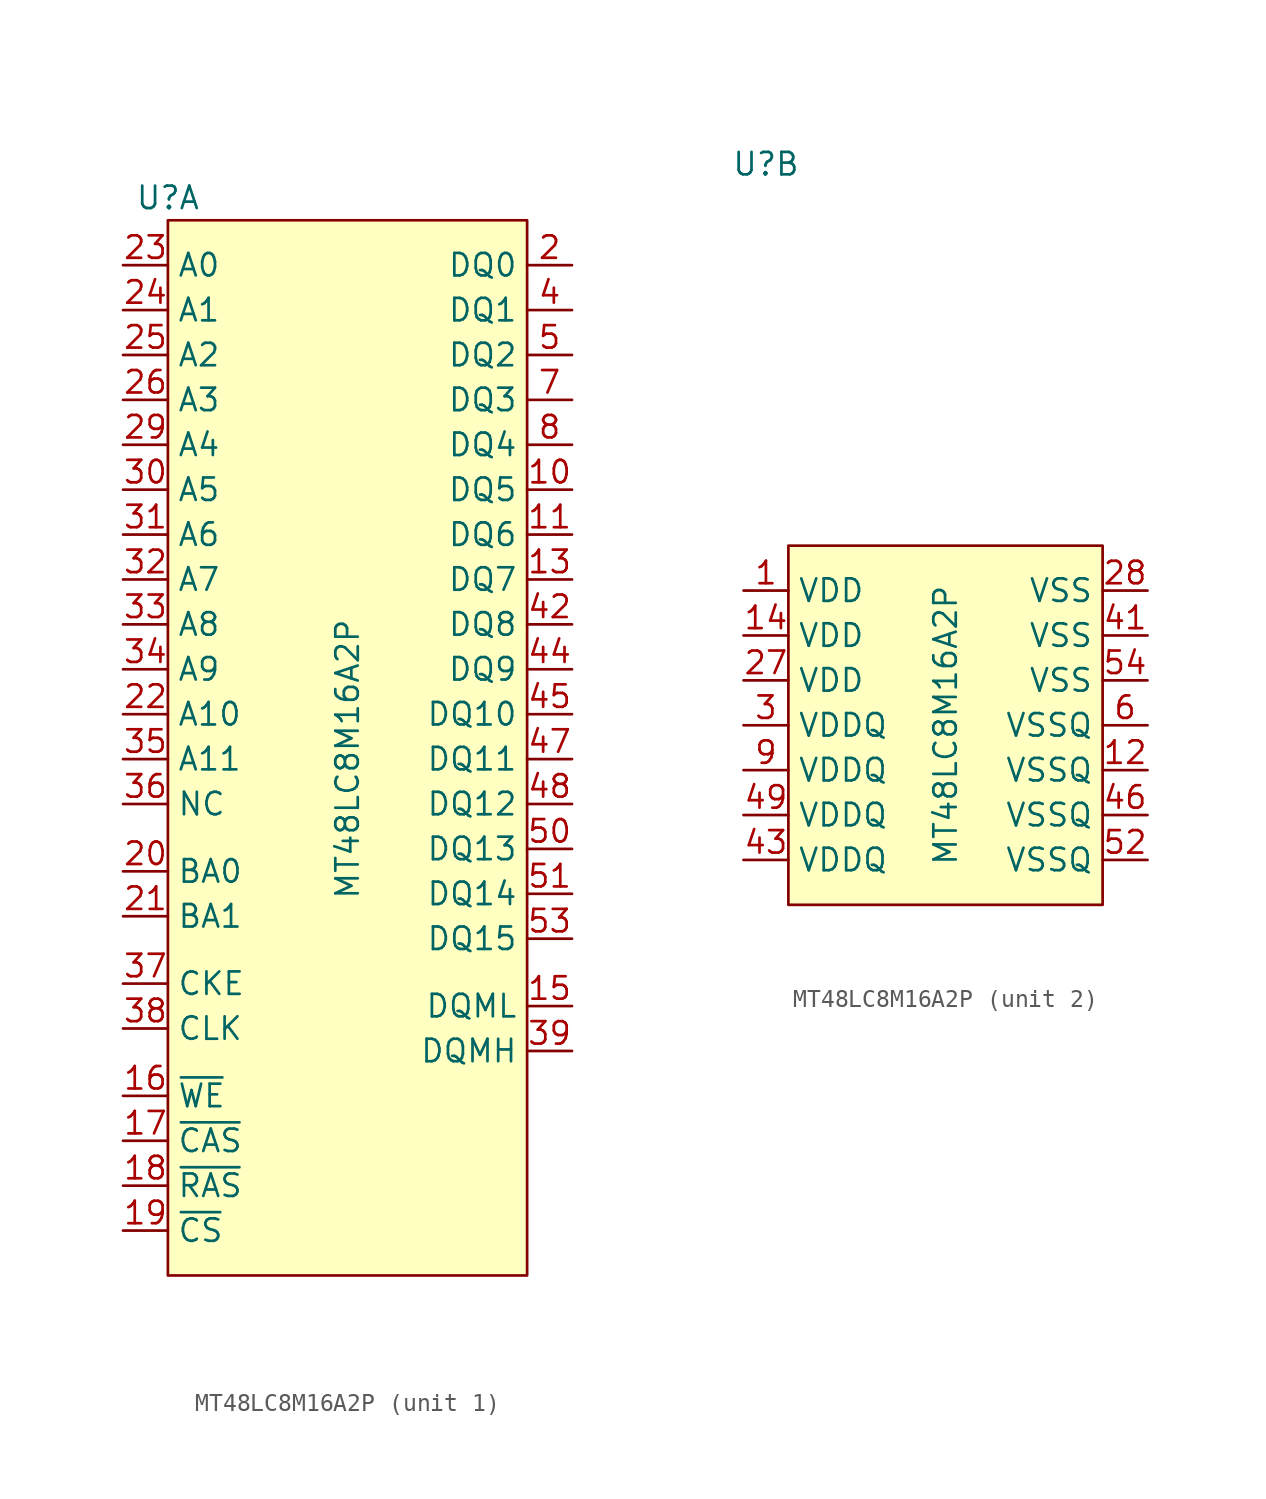
<source format=kicad_sym>
(kicad_symbol_lib
  (version 20211014)
  (generator kicad_symbol_editor)
  (symbol "MT48LC8M16A2P"
    (property "Reference" "U"
      (at -10.16 31.75 0)
      (effects (font (size 1.27 1.27))))
    (property "Value" "MT48LC8M16A2P"
      (at 0 0 90)
      (effects (font (size 1.27 1.27))))
    (property "ki_locked" ""
      (at 0 0 0)
      (effects (font (size 1.27 1.27))))
    (symbol "MT48LC8M16A2P_1_1"
      (rectangle (start -10.16 30.48) (end 10.16 -29.21) (stroke (width 0.152) (type default) (color 0 0 0 0)) (fill (type background)))
      (pin bidirectional line (at 12.7 15.24 180) (length 2.54) (name "DQ5" (effects (font (size 1.27 1.27)))) (number "10" (effects (font (size 1.27 1.27)))))
      (pin bidirectional line (at 12.7 12.7 180) (length 2.54) (name "DQ6" (effects (font (size 1.27 1.27)))) (number "11" (effects (font (size 1.27 1.27)))))
      (pin bidirectional line (at 12.7 10.16 180) (length 2.54) (name "DQ7" (effects (font (size 1.27 1.27)))) (number "13" (effects (font (size 1.27 1.27)))))
      (pin input line (at 12.7 -13.97 180) (length 2.54) (name "DQML" (effects (font (size 1.27 1.27)))) (number "15" (effects (font (size 1.27 1.27)))))
      (pin input line (at -12.7 -19.05 0) (length 2.54) (name "~{WE}" (effects (font (size 1.27 1.27)))) (number "16" (effects (font (size 1.27 1.27)))))
      (pin input line (at -12.7 -21.59 0) (length 2.54) (name "~{CAS}" (effects (font (size 1.27 1.27)))) (number "17" (effects (font (size 1.27 1.27)))))
      (pin input line (at -12.7 -24.13 0) (length 2.54) (name "~{RAS}" (effects (font (size 1.27 1.27)))) (number "18" (effects (font (size 1.27 1.27)))))
      (pin input line (at -12.7 -26.67 0) (length 2.54) (name "~{CS}" (effects (font (size 1.27 1.27)))) (number "19" (effects (font (size 1.27 1.27)))))
      (pin bidirectional line (at 12.7 27.94 180) (length 2.54) (name "DQ0" (effects (font (size 1.27 1.27)))) (number "2" (effects (font (size 1.27 1.27)))))
      (pin input line (at -12.7 -6.35 0) (length 2.54) (name "BA0" (effects (font (size 1.27 1.27)))) (number "20" (effects (font (size 1.27 1.27)))))
      (pin input line (at -12.7 -8.89 0) (length 2.54) (name "BA1" (effects (font (size 1.27 1.27)))) (number "21" (effects (font (size 1.27 1.27)))))
      (pin input line (at -12.7 2.54 0) (length 2.54) (name "A10" (effects (font (size 1.27 1.27)))) (number "22" (effects (font (size 1.27 1.27)))))
      (pin input line (at -12.7 27.94 0) (length 2.54) (name "A0" (effects (font (size 1.27 1.27)))) (number "23" (effects (font (size 1.27 1.27)))))
      (pin input line (at -12.7 25.4 0) (length 2.54) (name "A1" (effects (font (size 1.27 1.27)))) (number "24" (effects (font (size 1.27 1.27)))))
      (pin input line (at -12.7 22.86 0) (length 2.54) (name "A2" (effects (font (size 1.27 1.27)))) (number "25" (effects (font (size 1.27 1.27)))))
      (pin input line (at -12.7 20.32 0) (length 2.54) (name "A3" (effects (font (size 1.27 1.27)))) (number "26" (effects (font (size 1.27 1.27)))))
      (pin input line (at -12.7 17.78 0) (length 2.54) (name "A4" (effects (font (size 1.27 1.27)))) (number "29" (effects (font (size 1.27 1.27)))))
      (pin input line (at -12.7 15.24 0) (length 2.54) (name "A5" (effects (font (size 1.27 1.27)))) (number "30" (effects (font (size 1.27 1.27)))))
      (pin input line (at -12.7 12.7 0) (length 2.54) (name "A6" (effects (font (size 1.27 1.27)))) (number "31" (effects (font (size 1.27 1.27)))))
      (pin input line (at -12.7 10.16 0) (length 2.54) (name "A7" (effects (font (size 1.27 1.27)))) (number "32" (effects (font (size 1.27 1.27)))))
      (pin input line (at -12.7 7.62 0) (length 2.54) (name "A8" (effects (font (size 1.27 1.27)))) (number "33" (effects (font (size 1.27 1.27)))))
      (pin input line (at -12.7 5.08 0) (length 2.54) (name "A9" (effects (font (size 1.27 1.27)))) (number "34" (effects (font (size 1.27 1.27)))))
      (pin input line (at -12.7 0 0) (length 2.54) (name "A11" (effects (font (size 1.27 1.27)))) (number "35" (effects (font (size 1.27 1.27)))))
      (pin input line (at -12.7 -2.54 0) (length 2.54) (name "NC" (effects (font (size 1.27 1.27)))) (number "36" (effects (font (size 1.27 1.27)))))
      (pin input line (at -12.7 -12.7 0) (length 2.54) (name "CKE" (effects (font (size 1.27 1.27)))) (number "37" (effects (font (size 1.27 1.27)))))
      (pin input line (at -12.7 -15.24 0) (length 2.54) (name "CLK" (effects (font (size 1.27 1.27)))) (number "38" (effects (font (size 1.27 1.27)))))
      (pin input line (at 12.7 -16.51 180) (length 2.54) (name "DQMH" (effects (font (size 1.27 1.27)))) (number "39" (effects (font (size 1.27 1.27)))))
      (pin bidirectional line (at 12.7 25.4 180) (length 2.54) (name "DQ1" (effects (font (size 1.27 1.27)))) (number "4" (effects (font (size 1.27 1.27)))))
      (pin no_connect line (at 12.7 -26.67 180) (length 2.54) hide (name "NC" (effects (font (size 1.27 1.27)))) (number "40" (effects (font (size 1.27 1.27)))))
      (pin bidirectional line (at 12.7 7.62 180) (length 2.54) (name "DQ8" (effects (font (size 1.27 1.27)))) (number "42" (effects (font (size 1.27 1.27)))))
      (pin bidirectional line (at 12.7 5.08 180) (length 2.54) (name "DQ9" (effects (font (size 1.27 1.27)))) (number "44" (effects (font (size 1.27 1.27)))))
      (pin bidirectional line (at 12.7 2.54 180) (length 2.54) (name "DQ10" (effects (font (size 1.27 1.27)))) (number "45" (effects (font (size 1.27 1.27)))))
      (pin bidirectional line (at 12.7 0 180) (length 2.54) (name "DQ11" (effects (font (size 1.27 1.27)))) (number "47" (effects (font (size 1.27 1.27)))))
      (pin bidirectional line (at 12.7 -2.54 180) (length 2.54) (name "DQ12" (effects (font (size 1.27 1.27)))) (number "48" (effects (font (size 1.27 1.27)))))
      (pin bidirectional line (at 12.7 22.86 180) (length 2.54) (name "DQ2" (effects (font (size 1.27 1.27)))) (number "5" (effects (font (size 1.27 1.27)))))
      (pin bidirectional line (at 12.7 -5.08 180) (length 2.54) (name "DQ13" (effects (font (size 1.27 1.27)))) (number "50" (effects (font (size 1.27 1.27)))))
      (pin bidirectional line (at 12.7 -7.62 180) (length 2.54) (name "DQ14" (effects (font (size 1.27 1.27)))) (number "51" (effects (font (size 1.27 1.27)))))
      (pin bidirectional line (at 12.7 -10.16 180) (length 2.54) (name "DQ15" (effects (font (size 1.27 1.27)))) (number "53" (effects (font (size 1.27 1.27)))))
      (pin bidirectional line (at 12.7 20.32 180) (length 2.54) (name "DQ3" (effects (font (size 1.27 1.27)))) (number "7" (effects (font (size 1.27 1.27)))))
      (pin bidirectional line (at 12.7 17.78 180) (length 2.54) (name "DQ4" (effects (font (size 1.27 1.27)))) (number "8" (effects (font (size 1.27 1.27))))))
    (symbol "MT48LC8M16A2P_2_1"
      (rectangle (start -8.89 10.16) (end 8.89 -10.16) (stroke (width 0.152) (type default) (color 0 0 0 0)) (fill (type background)))
      (pin power_in line (at -11.43 7.62 0) (length 2.54) (name "VDD" (effects (font (size 1.27 1.27)))) (number "1" (effects (font (size 1.27 1.27)))))
      (pin power_in line (at 11.43 -2.54 180) (length 2.54) (name "VSSQ" (effects (font (size 1.27 1.27)))) (number "12" (effects (font (size 1.27 1.27)))))
      (pin power_in line (at -11.43 5.08 0) (length 2.54) (name "VDD" (effects (font (size 1.27 1.27)))) (number "14" (effects (font (size 1.27 1.27)))))
      (pin power_in line (at -11.43 2.54 0) (length 2.54) (name "VDD" (effects (font (size 1.27 1.27)))) (number "27" (effects (font (size 1.27 1.27)))))
      (pin power_in line (at 11.43 7.62 180) (length 2.54) (name "VSS" (effects (font (size 1.27 1.27)))) (number "28" (effects (font (size 1.27 1.27)))))
      (pin power_in line (at -11.43 0 0) (length 2.54) (name "VDDQ" (effects (font (size 1.27 1.27)))) (number "3" (effects (font (size 1.27 1.27)))))
      (pin power_in line (at 11.43 5.08 180) (length 2.54) (name "VSS" (effects (font (size 1.27 1.27)))) (number "41" (effects (font (size 1.27 1.27)))))
      (pin power_in line (at -11.43 -7.62 0) (length 2.54) (name "VDDQ" (effects (font (size 1.27 1.27)))) (number "43" (effects (font (size 1.27 1.27)))))
      (pin power_in line (at 11.43 -5.08 180) (length 2.54) (name "VSSQ" (effects (font (size 1.27 1.27)))) (number "46" (effects (font (size 1.27 1.27)))))
      (pin power_in line (at -11.43 -5.08 0) (length 2.54) (name "VDDQ" (effects (font (size 1.27 1.27)))) (number "49" (effects (font (size 1.27 1.27)))))
      (pin power_in line (at 11.43 -7.62 180) (length 2.54) (name "VSSQ" (effects (font (size 1.27 1.27)))) (number "52" (effects (font (size 1.27 1.27)))))
      (pin power_in line (at 11.43 2.54 180) (length 2.54) (name "VSS" (effects (font (size 1.27 1.27)))) (number "54" (effects (font (size 1.27 1.27)))))
      (pin power_in line (at 11.43 0 180) (length 2.54) (name "VSSQ" (effects (font (size 1.27 1.27)))) (number "6" (effects (font (size 1.27 1.27)))))
      (pin power_in line (at -11.43 -2.54 0) (length 2.54) (name "VDDQ" (effects (font (size 1.27 1.27)))) (number "9" (effects (font (size 1.27 1.27))))))))
</source>
